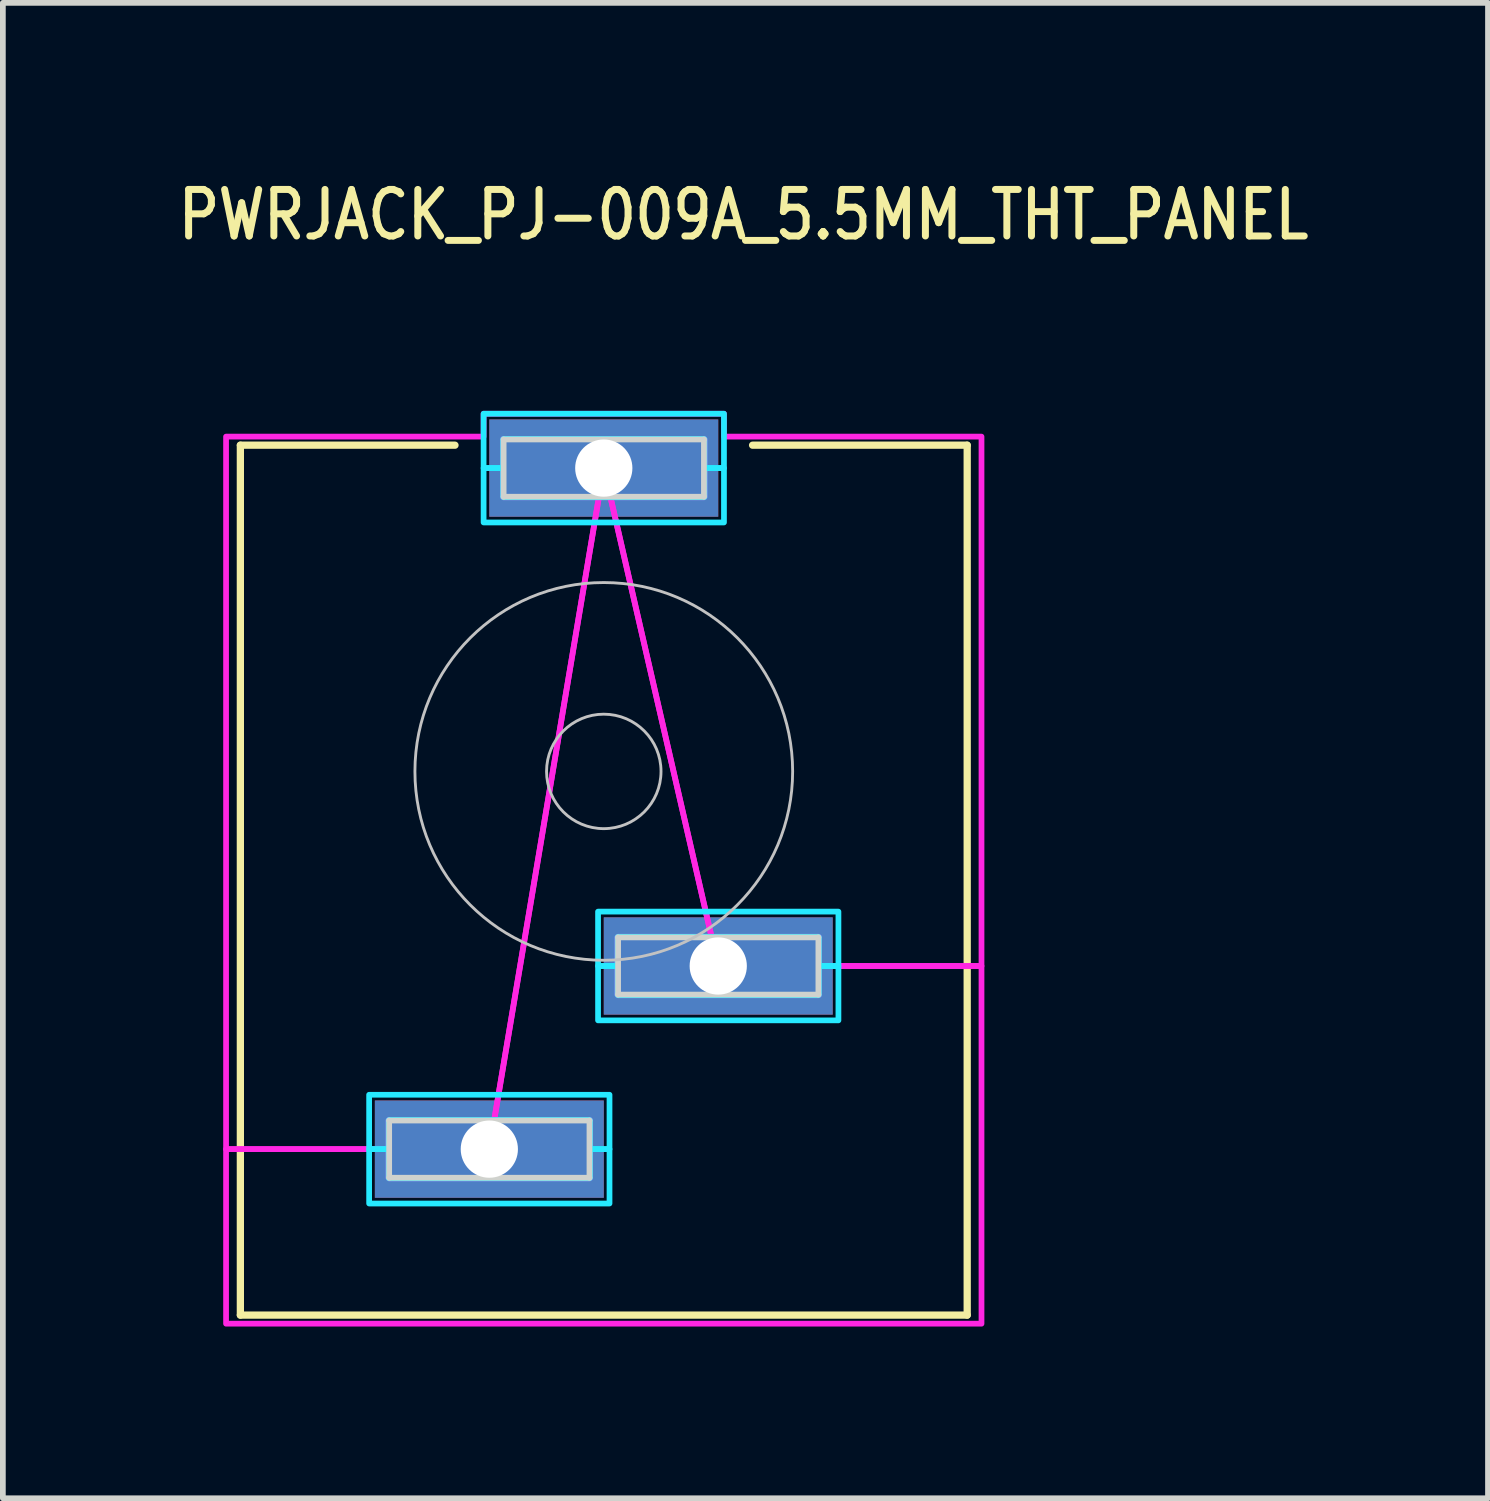
<source format=kicad_pcb>
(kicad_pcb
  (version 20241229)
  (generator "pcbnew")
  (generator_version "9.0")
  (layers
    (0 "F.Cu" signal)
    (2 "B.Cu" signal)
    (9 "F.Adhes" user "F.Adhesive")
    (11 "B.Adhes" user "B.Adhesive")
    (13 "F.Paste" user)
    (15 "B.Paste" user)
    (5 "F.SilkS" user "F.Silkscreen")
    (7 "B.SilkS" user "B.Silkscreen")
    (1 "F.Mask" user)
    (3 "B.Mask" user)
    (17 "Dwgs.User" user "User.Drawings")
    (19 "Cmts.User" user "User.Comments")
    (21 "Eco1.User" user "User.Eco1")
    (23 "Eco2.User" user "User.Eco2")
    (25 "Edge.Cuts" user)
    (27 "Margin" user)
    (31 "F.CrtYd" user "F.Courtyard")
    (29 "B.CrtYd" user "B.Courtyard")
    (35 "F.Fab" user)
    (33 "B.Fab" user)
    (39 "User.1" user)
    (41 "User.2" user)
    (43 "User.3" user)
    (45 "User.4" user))
  (footprint "PWRJACK_PJ-009A_5.5MM_THT_PANEL"
    (layer "F.Cu")
    (at 7.5 10.429)
    (property "Reference" "PWRJACK_PJ-009A_5.5MM_THT_PANEL" (at -7.5 -9.25 0) (unlocked yes) (layer "F.SilkS") (effects (font (size 0.813 0.695) (thickness 0.122)) (justify left bottom)))
    (fp_poly (pts (xy -4 5.75) (xy -4 7.45) (xy 0 7.45) (xy 0 5.75)) (stroke (width 0) (type solid)) (fill yes) (layer "F.Cu"))
    (fp_poly (pts (xy -2 -6.15) (xy -2 -4.45) (xy 2 -4.45) (xy 2 -6.15)) (stroke (width 0) (type solid)) (fill yes) (layer "F.Cu"))
    (fp_poly (pts (xy 0 2.55) (xy 0 4.25) (xy 4 4.25) (xy 4 2.55)) (stroke (width 0) (type solid)) (fill yes) (layer "F.Cu"))
    (fp_poly (pts (xy -4.1 5.65) (xy -4.1 7.55) (xy 0.1 7.55) (xy 0.1 5.65)) (stroke (width 0) (type solid)) (fill yes) (layer "F.Mask"))
    (fp_poly (pts (xy -4.1 5.65) (xy -4.1 7.55) (xy 0.1 7.55) (xy 0.1 5.65)) (stroke (width 0) (type solid)) (fill yes) (layer "F.Mask"))
    (fp_poly (pts (xy -4.1 5.65) (xy -4.1 7.55) (xy 0.1 7.55) (xy 0.1 5.65)) (stroke (width 0) (type solid)) (fill yes) (layer "F.Mask"))
    (fp_poly (pts (xy -2.1 -6.25) (xy -2.1 -4.35) (xy 2.1 -4.35) (xy 2.1 -6.25)) (stroke (width 0) (type solid)) (fill yes) (layer "F.Mask"))
    (fp_poly (pts (xy -0.1 2.45) (xy -0.1 4.35) (xy 4.1 4.35) (xy 4.1 2.45)) (stroke (width 0) (type solid)) (fill yes) (layer "F.Mask"))
    (fp_poly (pts (xy -4 5.75) (xy -4 7.45) (xy 0 7.45) (xy 0 5.75)) (stroke (width 0) (type solid)) (fill yes) (layer "B.Cu"))
    (fp_poly (pts (xy -2 -6.15) (xy -2 -4.45) (xy 2 -4.45) (xy 2 -6.15)) (stroke (width 0) (type solid)) (fill yes) (layer "B.Cu"))
    (fp_poly (pts (xy 0 2.55) (xy 0 4.25) (xy 4 4.25) (xy 4 2.55)) (stroke (width 0) (type solid)) (fill yes) (layer "B.Cu"))
    (fp_poly (pts (xy -4.1 5.65) (xy -4.1 7.55) (xy 0.1 7.55) (xy 0.1 5.65)) (stroke (width 0) (type solid)) (fill yes) (layer "B.Mask"))
    (fp_poly (pts (xy -2.1 -6.25) (xy -2.1 -4.35) (xy 2.1 -4.35) (xy 2.1 -6.25)) (stroke (width 0) (type solid)) (fill yes) (layer "B.Mask"))
    (fp_poly (pts (xy -0.1 2.45) (xy -0.1 4.35) (xy 4.1 4.35) (xy 4.1 2.45)) (stroke (width 0) (type solid)) (fill yes) (layer "B.Mask"))
    (fp_line (start -6.35 -5.7) (end -2.6 -5.7) (stroke (width 0.127) (type solid)) (layer "F.SilkS"))
    (fp_line (start -6.35 9.5) (end -6.35 -5.7) (stroke (width 0.127) (type solid)) (layer "F.SilkS"))
    (fp_line (start 2.6 -5.7) (end 6.35 -5.7) (stroke (width 0.127) (type solid)) (layer "F.SilkS"))
    (fp_line (start 6.35 -5.7) (end 6.35 9.5) (stroke (width 0.127) (type solid)) (layer "F.SilkS"))
    (fp_line (start 6.35 9.5) (end -6.35 9.5) (stroke (width 0.127) (type solid)) (layer "F.SilkS"))
    (fp_circle (center 0 0) (end 1 0) (stroke (width 0.05) (type solid)) (fill no) (layer "Dwgs.User"))
    (fp_circle (center 0 0) (end 3.3 0) (stroke (width 0.05) (type solid)) (fill no) (layer "Dwgs.User"))
    (fp_line (start -3.75 6.1) (end -0.25 6.1) (stroke (width 0.1) (type solid)) (layer "Edge.Cuts"))
    (fp_line (start -3.75 7.1) (end -3.75 6.1) (stroke (width 0.1) (type solid)) (layer "Edge.Cuts"))
    (fp_line (start -1.75 -5.8) (end 1.75 -5.8) (stroke (width 0.1) (type solid)) (layer "Edge.Cuts"))
    (fp_line (start -1.75 -4.8) (end -1.75 -5.8) (stroke (width 0.1) (type solid)) (layer "Edge.Cuts"))
    (fp_line (start -0.25 6.1) (end -0.25 7.1) (stroke (width 0.1) (type solid)) (layer "Edge.Cuts"))
    (fp_line (start -0.25 7.1) (end -3.75 7.1) (stroke (width 0.1) (type solid)) (layer "Edge.Cuts"))
    (fp_line (start 0.25 2.9) (end 3.75 2.9) (stroke (width 0.1) (type solid)) (layer "Edge.Cuts"))
    (fp_line (start 0.25 3.9) (end 0.25 2.9) (stroke (width 0.1) (type solid)) (layer "Edge.Cuts"))
    (fp_line (start 1.75 -5.8) (end 1.75 -4.8) (stroke (width 0.1) (type solid)) (layer "Edge.Cuts"))
    (fp_line (start 1.75 -4.8) (end -1.75 -4.8) (stroke (width 0.1) (type solid)) (layer "Edge.Cuts"))
    (fp_line (start 3.75 2.9) (end 3.75 3.9) (stroke (width 0.1) (type solid)) (layer "Edge.Cuts"))
    (fp_line (start 3.75 3.9) (end 0.25 3.9) (stroke (width 0.1) (type solid)) (layer "Edge.Cuts"))
    (fp_poly (pts (xy 0.1 5.65) (xy 0.1 6.6) (xy -0.24 6.6) (xy -0.24 6.1) (xy -0.24 6.099) (xy -0.24 6.098) (xy -0.24 6.097) (xy -0.241 6.096) (xy -0.241 6.095) (xy -0.242 6.094) (xy -0.242 6.094) (xy -0.243 6.093) (xy -0.244 6.092) (xy -0.244 6.092) (xy -0.245 6.091) (xy -0.246 6.091) (xy -0.247 6.09) (xy -0.248 6.09) (xy -0.249 6.09) (xy -0.25 6.09) (xy -3.75 6.09) (xy -3.751 6.09) (xy -3.752 6.09) (xy -3.753 6.09) (xy -3.754 6.091) (xy -3.755 6.091) (xy -3.756 6.092) (xy -3.756 6.092) (xy -3.757 6.093) (xy -3.758 6.094) (xy -3.758 6.094) (xy -3.759 6.095) (xy -3.759 6.096) (xy -3.76 6.097) (xy -3.76 6.098) (xy -3.76 6.099) (xy -3.76 6.1) (xy -3.76 6.6) (xy -4.1 6.6) (xy -4.1 5.65)) (stroke (width 0.1) (type solid)) (fill no) (layer "B.CrtYd"))
    (fp_poly (pts (xy 0.1 6.6) (xy 0.1 7.55) (xy -4.1 7.55) (xy -4.1 6.6) (xy -3.76 6.6) (xy -3.76 7.1) (xy -3.76 7.101) (xy -3.76 7.102) (xy -3.76 7.103) (xy -3.759 7.104) (xy -3.759 7.105) (xy -3.758 7.106) (xy -3.758 7.106) (xy -3.757 7.107) (xy -3.756 7.108) (xy -3.756 7.108) (xy -3.755 7.109) (xy -3.754 7.109) (xy -3.753 7.11) (xy -3.752 7.11) (xy -3.751 7.11) (xy -3.75 7.11) (xy -0.25 7.11) (xy -0.249 7.11) (xy -0.248 7.11) (xy -0.247 7.11) (xy -0.246 7.109) (xy -0.245 7.109) (xy -0.244 7.108) (xy -0.244 7.108) (xy -0.243 7.107) (xy -0.242 7.106) (xy -0.242 7.106) (xy -0.241 7.105) (xy -0.241 7.104) (xy -0.24 7.103) (xy -0.24 7.102) (xy -0.24 7.101) (xy -0.24 7.1) (xy -0.24 6.6)) (stroke (width 0.1) (type solid)) (fill no) (layer "B.CrtYd"))
    (fp_poly (pts (xy 2.1 -6.25) (xy 2.1 -5.3) (xy 1.76 -5.3) (xy 1.76 -5.8) (xy 1.76 -5.801) (xy 1.76 -5.802) (xy 1.76 -5.803) (xy 1.759 -5.804) (xy 1.759 -5.805) (xy 1.758 -5.806) (xy 1.758 -5.806) (xy 1.757 -5.807) (xy 1.756 -5.808) (xy 1.756 -5.808) (xy 1.755 -5.809) (xy 1.754 -5.809) (xy 1.753 -5.81) (xy 1.752 -5.81) (xy 1.751 -5.81) (xy 1.75 -5.81) (xy -1.75 -5.81) (xy -1.751 -5.81) (xy -1.752 -5.81) (xy -1.753 -5.81) (xy -1.754 -5.809) (xy -1.755 -5.809) (xy -1.756 -5.808) (xy -1.756 -5.808) (xy -1.757 -5.807) (xy -1.758 -5.806) (xy -1.758 -5.806) (xy -1.759 -5.805) (xy -1.759 -5.804) (xy -1.76 -5.803) (xy -1.76 -5.802) (xy -1.76 -5.801) (xy -1.76 -5.8) (xy -1.76 -5.3) (xy -2.1 -5.3) (xy -2.1 -6.25)) (stroke (width 0.1) (type solid)) (fill no) (layer "B.CrtYd"))
    (fp_poly (pts (xy 2.1 -5.3) (xy 2.1 -4.35) (xy -2.1 -4.35) (xy -2.1 -5.3) (xy -1.76 -5.3) (xy -1.76 -4.8) (xy -1.76 -4.799) (xy -1.76 -4.798) (xy -1.76 -4.797) (xy -1.759 -4.796) (xy -1.759 -4.795) (xy -1.758 -4.794) (xy -1.758 -4.794) (xy -1.757 -4.793) (xy -1.756 -4.792) (xy -1.756 -4.792) (xy -1.755 -4.791) (xy -1.754 -4.791) (xy -1.753 -4.79) (xy -1.752 -4.79) (xy -1.751 -4.79) (xy -1.75 -4.79) (xy 1.75 -4.79) (xy 1.751 -4.79) (xy 1.752 -4.79) (xy 1.753 -4.79) (xy 1.754 -4.791) (xy 1.755 -4.791) (xy 1.756 -4.792) (xy 1.756 -4.792) (xy 1.757 -4.793) (xy 1.758 -4.794) (xy 1.758 -4.794) (xy 1.759 -4.795) (xy 1.759 -4.796) (xy 1.76 -4.797) (xy 1.76 -4.798) (xy 1.76 -4.799) (xy 1.76 -4.8) (xy 1.76 -5.3)) (stroke (width 0.1) (type solid)) (fill no) (layer "B.CrtYd"))
    (fp_poly (pts (xy 4.1 2.45) (xy 4.1 3.4) (xy 3.76 3.4) (xy 3.76 2.9) (xy 3.76 2.899) (xy 3.76 2.898) (xy 3.76 2.897) (xy 3.759 2.896) (xy 3.759 2.895) (xy 3.758 2.894) (xy 3.758 2.894) (xy 3.757 2.893) (xy 3.756 2.892) (xy 3.756 2.892) (xy 3.755 2.891) (xy 3.754 2.891) (xy 3.753 2.89) (xy 3.752 2.89) (xy 3.751 2.89) (xy 3.75 2.89) (xy 0.25 2.89) (xy 0.249 2.89) (xy 0.248 2.89) (xy 0.247 2.89) (xy 0.246 2.891) (xy 0.245 2.891) (xy 0.244 2.892) (xy 0.244 2.892) (xy 0.243 2.893) (xy 0.242 2.894) (xy 0.242 2.894) (xy 0.241 2.895) (xy 0.241 2.896) (xy 0.24 2.897) (xy 0.24 2.898) (xy 0.24 2.899) (xy 0.24 2.9) (xy 0.24 3.4) (xy -0.1 3.4) (xy -0.1 2.45)) (stroke (width 0.1) (type solid)) (fill no) (layer "B.CrtYd"))
    (fp_poly (pts (xy 4.1 3.4) (xy 4.1 4.35) (xy -0.1 4.35) (xy -0.1 3.4) (xy 0.24 3.4) (xy 0.24 3.9) (xy 0.24 3.901) (xy 0.24 3.902) (xy 0.24 3.903) (xy 0.241 3.904) (xy 0.241 3.905) (xy 0.242 3.906) (xy 0.242 3.906) (xy 0.243 3.907) (xy 0.244 3.908) (xy 0.244 3.908) (xy 0.245 3.909) (xy 0.246 3.909) (xy 0.247 3.91) (xy 0.248 3.91) (xy 0.249 3.91) (xy 0.25 3.91) (xy 3.75 3.91) (xy 3.751 3.91) (xy 3.752 3.91) (xy 3.753 3.91) (xy 3.754 3.909) (xy 3.755 3.909) (xy 3.756 3.908) (xy 3.756 3.908) (xy 3.757 3.907) (xy 3.758 3.906) (xy 3.758 3.906) (xy 3.759 3.905) (xy 3.759 3.904) (xy 3.76 3.903) (xy 3.76 3.902) (xy 3.76 3.901) (xy 3.76 3.9) (xy 3.76 3.4)) (stroke (width 0.1) (type solid)) (fill no) (layer "B.CrtYd"))
    (fp_poly (pts (xy 6.6 3.4) (xy 6.6 9.65) (xy -6.6 9.65) (xy -6.6 6.6) (xy -3.76 6.6) (xy -3.76 7.1) (xy -3.76 7.101) (xy -3.76 7.102) (xy -3.76 7.103) (xy -3.759 7.104) (xy -3.759 7.105) (xy -3.758 7.106) (xy -3.758 7.106) (xy -3.757 7.107) (xy -3.756 7.108) (xy -3.756 7.108) (xy -3.755 7.109) (xy -3.754 7.109) (xy -3.753 7.11) (xy -3.752 7.11) (xy -3.751 7.11) (xy -3.75 7.11) (xy -0.25 7.11) (xy -0.249 7.11) (xy -0.248 7.11) (xy -0.247 7.11) (xy -0.246 7.109) (xy -0.245 7.109) (xy -0.244 7.108) (xy -0.244 7.108) (xy -0.243 7.107) (xy -0.242 7.106) (xy -0.242 7.106) (xy -0.241 7.105) (xy -0.241 7.104) (xy -0.24 7.103) (xy -0.24 7.102) (xy -0.24 7.101) (xy -0.24 7.1) (xy -0.24 6.1) (xy -0.24 6.099) (xy -0.24 6.098) (xy -0.24 6.097) (xy -0.241 6.096) (xy -0.241 6.095) (xy -0.242 6.094) (xy -0.242 6.094) (xy -0.243 6.093) (xy -0.244 6.092) (xy -0.244 6.092) (xy -0.245 6.091) (xy -0.246 6.091) (xy -0.247 6.09) (xy -0.248 6.09) (xy -0.249 6.09) (xy -0.25 6.09) (xy -1.914 6.09) (xy -0.086 -4.79) (xy 0.117 -4.79) (xy 1.883 2.89) (xy 0.25 2.89) (xy 0.249 2.89) (xy 0.248 2.89) (xy 0.247 2.89) (xy 0.246 2.891) (xy 0.245 2.891) (xy 0.244 2.892) (xy 0.244 2.892) (xy 0.243 2.893) (xy 0.242 2.894) (xy 0.242 2.894) (xy 0.241 2.895) (xy 0.241 2.896) (xy 0.24 2.897) (xy 0.24 2.898) (xy 0.24 2.899) (xy 0.24 2.9) (xy 0.24 3.9) (xy 0.24 3.901) (xy 0.24 3.902) (xy 0.24 3.903) (xy 0.241 3.904) (xy 0.241 3.905) (xy 0.242 3.906) (xy 0.242 3.906) (xy 0.243 3.907) (xy 0.244 3.908) (xy 0.244 3.908) (xy 0.245 3.909) (xy 0.246 3.909) (xy 0.247 3.91) (xy 0.248 3.91) (xy 0.249 3.91) (xy 0.25 3.91) (xy 3.75 3.91) (xy 3.751 3.91) (xy 3.752 3.91) (xy 3.753 3.91) (xy 3.754 3.909) (xy 3.755 3.909) (xy 3.756 3.908) (xy 3.756 3.908) (xy 3.757 3.907) (xy 3.758 3.906) (xy 3.758 3.906) (xy 3.759 3.905) (xy 3.759 3.904) (xy 3.76 3.903) (xy 3.76 3.902) (xy 3.76 3.901) (xy 3.76 3.9) (xy 3.76 3.4)) (stroke (width 0.1) (type solid)) (fill no) (layer "F.CrtYd"))
    (fp_poly (pts (xy -2.1 -5.85) (xy -2.1 -6.25) (xy 2.1 -6.25) (xy 2.1 -5.85) (xy 6.6 -5.85) (xy 6.6 3.4) (xy 3.76 3.4) (xy 3.76 2.9) (xy 3.76 2.899) (xy 3.76 2.898) (xy 3.76 2.897) (xy 3.759 2.896) (xy 3.759 2.895) (xy 3.758 2.894) (xy 3.758 2.894) (xy 3.757 2.893) (xy 3.756 2.892) (xy 3.756 2.892) (xy 3.755 2.891) (xy 3.754 2.891) (xy 3.753 2.89) (xy 3.752 2.89) (xy 3.751 2.89) (xy 3.75 2.89) (xy 1.883 2.89) (xy 0.117 -4.79) (xy 1.75 -4.79) (xy 1.751 -4.79) (xy 1.752 -4.79) (xy 1.753 -4.79) (xy 1.754 -4.791) (xy 1.755 -4.791) (xy 1.756 -4.792) (xy 1.756 -4.792) (xy 1.757 -4.793) (xy 1.758 -4.794) (xy 1.758 -4.794) (xy 1.759 -4.795) (xy 1.759 -4.796) (xy 1.76 -4.797) (xy 1.76 -4.798) (xy 1.76 -4.799) (xy 1.76 -4.8) (xy 1.76 -5.8) (xy 1.76 -5.801) (xy 1.76 -5.802) (xy 1.76 -5.803) (xy 1.759 -5.804) (xy 1.759 -5.805) (xy 1.758 -5.806) (xy 1.758 -5.806) (xy 1.757 -5.807) (xy 1.756 -5.808) (xy 1.756 -5.808) (xy 1.755 -5.809) (xy 1.754 -5.809) (xy 1.753 -5.81) (xy 1.752 -5.81) (xy 1.751 -5.81) (xy 1.75 -5.81) (xy -1.75 -5.81) (xy -1.751 -5.81) (xy -1.752 -5.81) (xy -1.753 -5.81) (xy -1.754 -5.809) (xy -1.755 -5.809) (xy -1.756 -5.808) (xy -1.756 -5.808) (xy -1.757 -5.807) (xy -1.758 -5.806) (xy -1.758 -5.806) (xy -1.759 -5.805) (xy -1.759 -5.804) (xy -1.76 -5.803) (xy -1.76 -5.802) (xy -1.76 -5.801) (xy -1.76 -5.8) (xy -1.76 -4.8) (xy -1.76 -4.799) (xy -1.76 -4.798) (xy -1.76 -4.797) (xy -1.759 -4.796) (xy -1.759 -4.795) (xy -1.758 -4.794) (xy -1.758 -4.794) (xy -1.757 -4.793) (xy -1.756 -4.792) (xy -1.756 -4.792) (xy -1.755 -4.791) (xy -1.754 -4.791) (xy -1.753 -4.79) (xy -1.752 -4.79) (xy -1.751 -4.79) (xy -1.75 -4.79) (xy -0.086 -4.79) (xy -1.914 6.09) (xy -3.75 6.09) (xy -3.751 6.09) (xy -3.752 6.09) (xy -3.753 6.09) (xy -3.754 6.091) (xy -3.755 6.091) (xy -3.756 6.092) (xy -3.756 6.092) (xy -3.757 6.093) (xy -3.758 6.094) (xy -3.758 6.094) (xy -3.759 6.095) (xy -3.759 6.096) (xy -3.76 6.097) (xy -3.76 6.098) (xy -3.76 6.099) (xy -3.76 6.1) (xy -3.76 6.6) (xy -6.6 6.6) (xy -6.6 -5.85)) (stroke (width 0.1) (type solid)) (fill no) (layer "F.CrtYd"))
    (pad "1" thru_hole oval (at 0 -5.3) (size 3.333 1.667) (drill 1) (layers "*.Cu"))
    (pad "2" thru_hole oval (at -2 6.6) (size 3.333 1.667) (drill 1) (layers "*.Cu"))
    (pad "3" thru_hole oval (at 2 3.4) (size 3.333 1.667) (drill 1) (layers "*.Cu")))
  (gr_rect
    (start -3 -3)
    (end 22.95 23.129)
    (stroke (width 0.1) (type default))
    (fill no)
    (layer "Edge.Cuts")))
</source>
